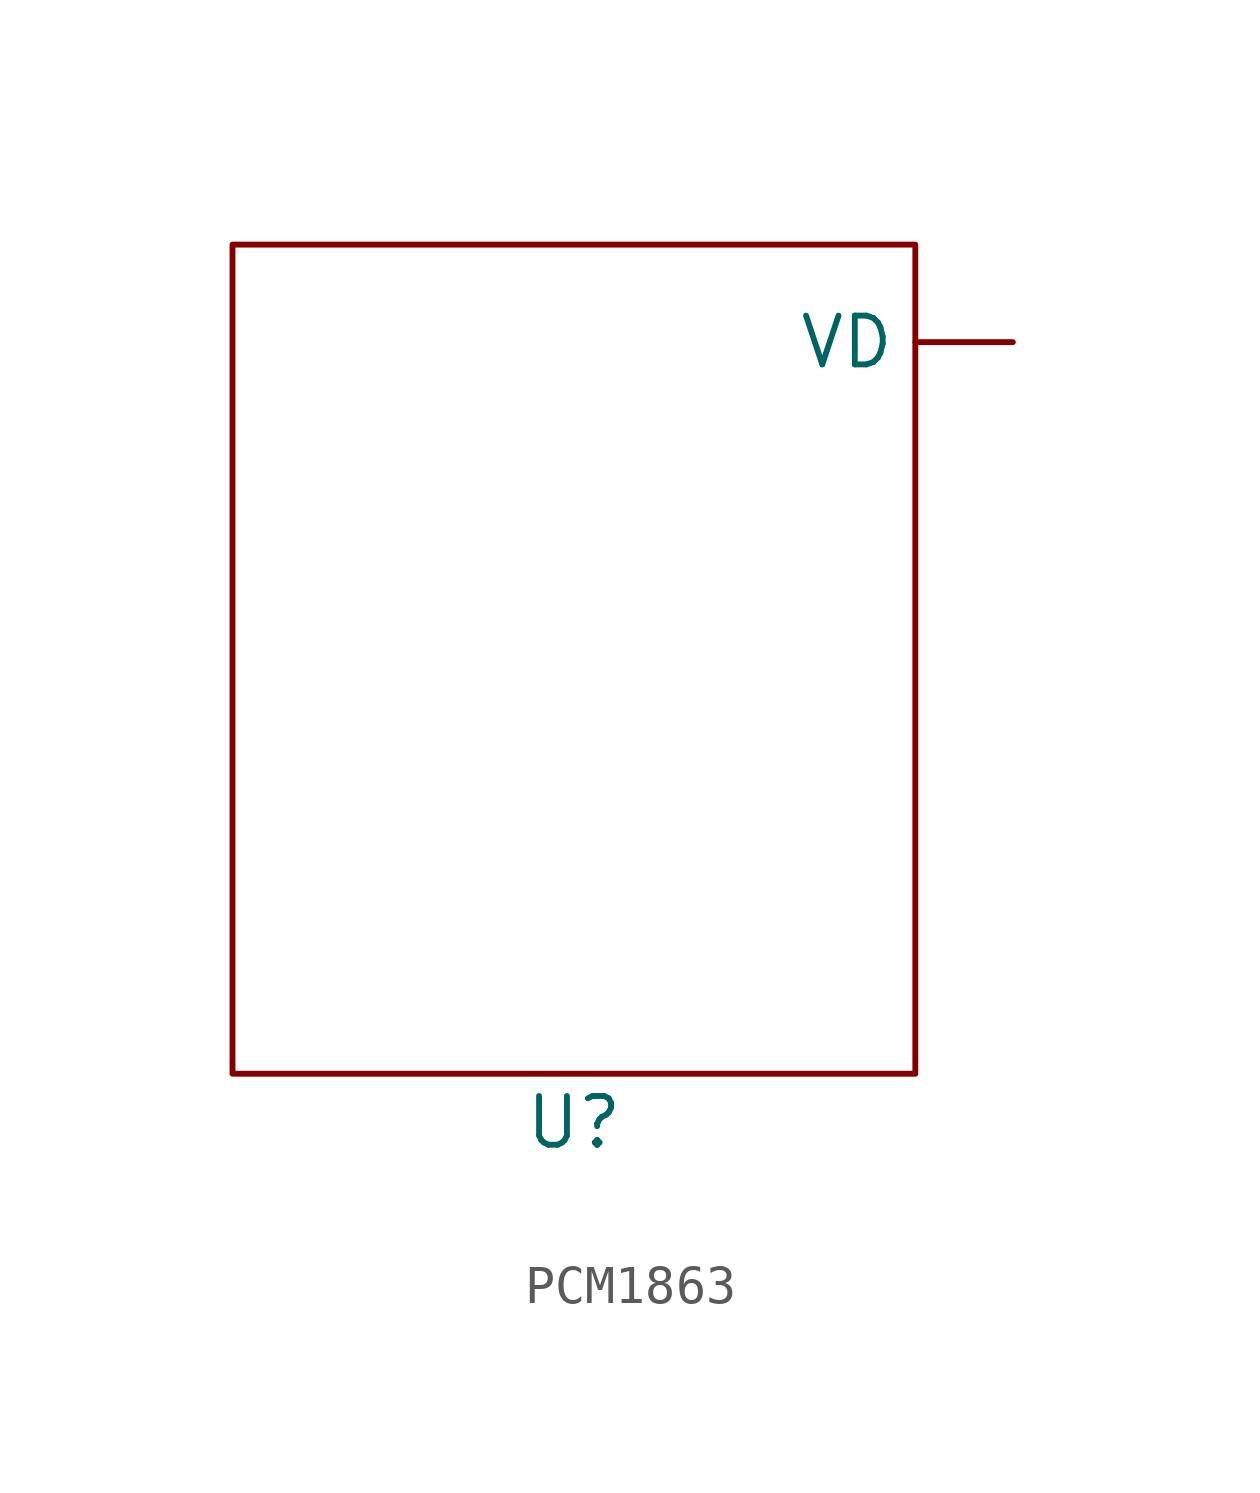
<source format=kicad_sym>
(kicad_symbol_lib
  (version 20231120)
  (generator "kicad_symbol_editor")
  (generator_version "8.0")
  (symbol "PCM1863"
    (property "Reference" "U"
      (at 0 0 0)
      (effects (font (size 1.27 1.27))))
    (property "Value" ""
      (at 0 0 0)
      (effects (font (size 1.27 1.27))))
    (symbol "PCM1863_0_1"
      (rectangle (start -8.89 22.86) (end 8.89 1.27) (stroke (width 0) (type default)) (fill (type none))))
    (symbol "PCM1863_1_1"
      (pin input line (at 11.43 20.32 180) (length 2.54) (name "VD" (effects (font (size 1.27 1.27)))) (number "" (effects (font (size 1.27 1.27))))))))
</source>
